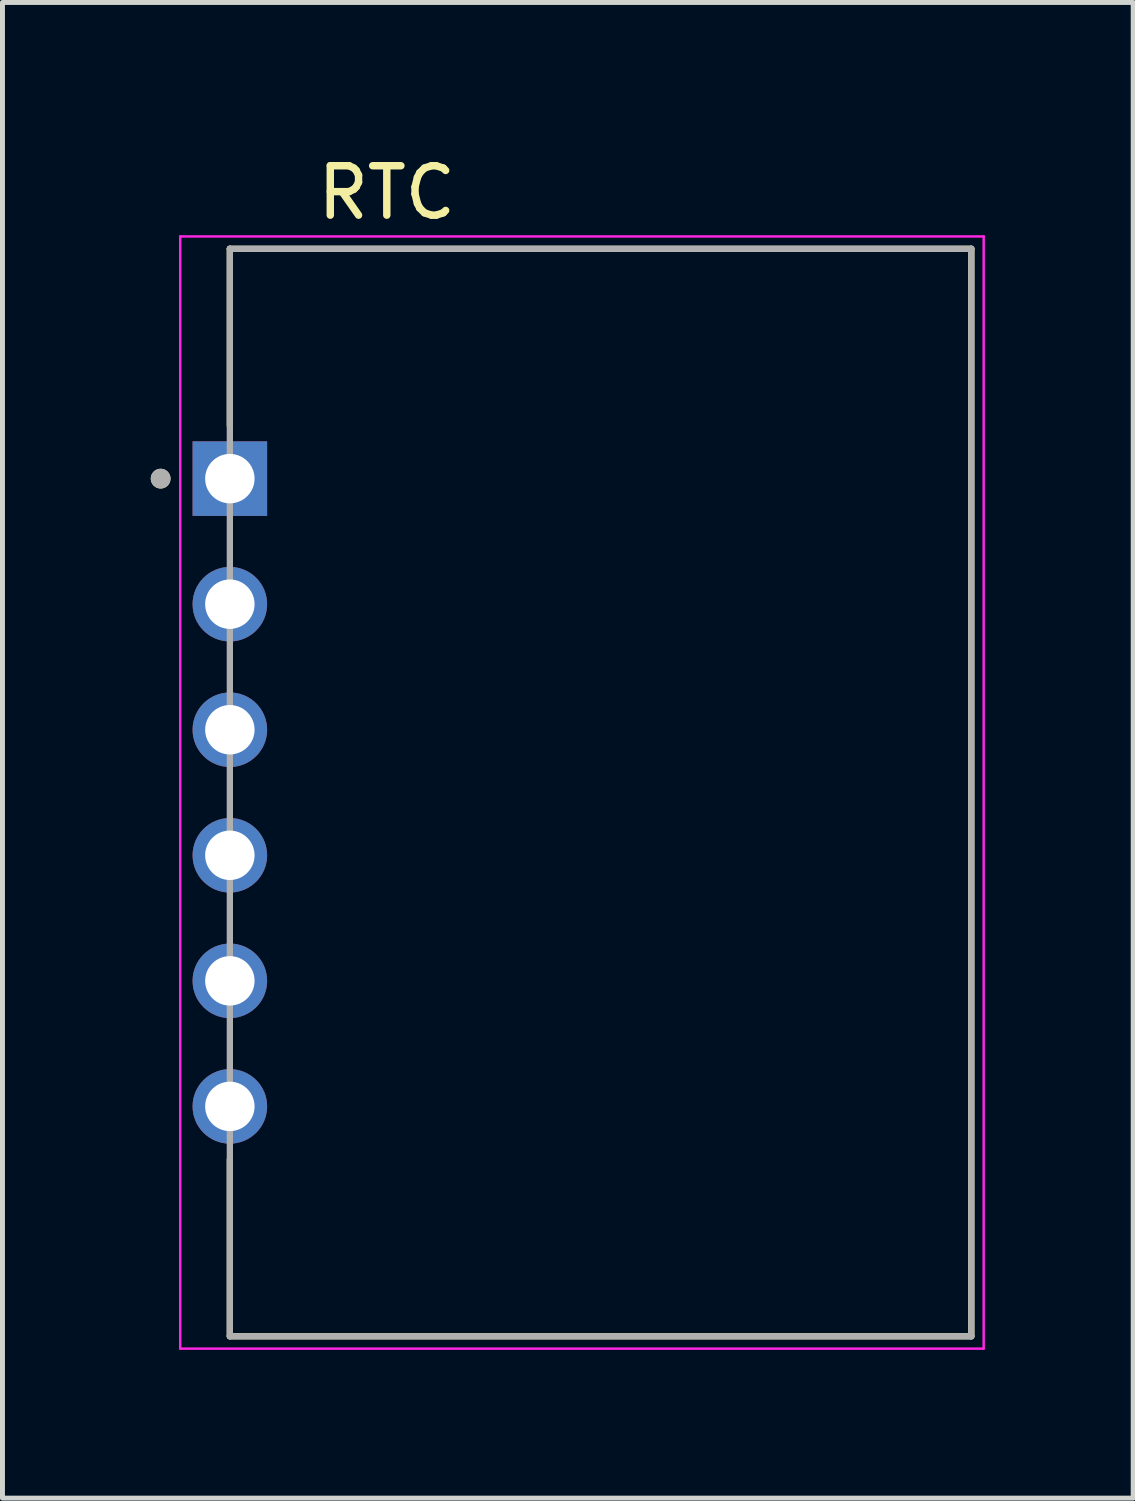
<source format=kicad_pcb>
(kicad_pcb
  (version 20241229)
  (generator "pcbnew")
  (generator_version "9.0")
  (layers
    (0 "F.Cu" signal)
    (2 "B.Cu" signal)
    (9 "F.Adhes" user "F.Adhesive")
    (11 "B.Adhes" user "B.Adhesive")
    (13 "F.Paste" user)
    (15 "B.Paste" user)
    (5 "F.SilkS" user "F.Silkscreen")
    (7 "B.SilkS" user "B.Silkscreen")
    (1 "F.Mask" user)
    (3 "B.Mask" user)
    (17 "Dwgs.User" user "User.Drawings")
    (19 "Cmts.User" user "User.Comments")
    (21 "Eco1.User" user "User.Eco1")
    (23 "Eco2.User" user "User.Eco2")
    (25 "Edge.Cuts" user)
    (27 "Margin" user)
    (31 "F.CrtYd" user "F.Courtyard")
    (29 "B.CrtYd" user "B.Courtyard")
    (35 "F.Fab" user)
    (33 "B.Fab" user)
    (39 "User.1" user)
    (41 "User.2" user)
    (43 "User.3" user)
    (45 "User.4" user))
  (footprint "RTC"
    (layer "F.Cu")
    (at 1.6 12.983)
    (property "Reference" "RTC" (at 3.175 -12.135 0) (layer "F.SilkS") (effects (font (size 1 1) (thickness 0.15))))
    (attr through_hole)
    (fp_line (start 0 -11) (end 15 -11) (stroke (width 0.127) (type solid)) (layer "F.SilkS"))
    (fp_line (start 0 -7.424) (end 0 -11) (stroke (width 0.127) (type solid)) (layer "F.SilkS"))
    (fp_line (start 0 11) (end 0 7.424) (stroke (width 0.127) (type solid)) (layer "F.SilkS"))
    (fp_line (start 15 -11) (end 15 11) (stroke (width 0.127) (type solid)) (layer "F.SilkS"))
    (fp_line (start 15 11) (end 0 11) (stroke (width 0.127) (type solid)) (layer "F.SilkS"))
    (fp_circle (center -1.4 -6.35) (end -1.3 -6.35) (stroke (width 0.2) (type solid)) (fill no) (layer "F.SilkS"))
    (fp_line (start -1.004 -11.25) (end 15.25 -11.25) (stroke (width 0.05) (type solid)) (layer "F.CrtYd"))
    (fp_line (start -1.004 11.25) (end -1.004 -11.25) (stroke (width 0.05) (type solid)) (layer "F.CrtYd"))
    (fp_line (start 15.25 -11.25) (end 15.25 11.25) (stroke (width 0.05) (type solid)) (layer "F.CrtYd"))
    (fp_line (start 15.25 11.25) (end -1.004 11.25) (stroke (width 0.05) (type solid)) (layer "F.CrtYd"))
    (fp_line (start 0 -11) (end 15 -11) (stroke (width 0.127) (type solid)) (layer "F.Fab"))
    (fp_line (start 0 11) (end 0 -11) (stroke (width 0.127) (type solid)) (layer "F.Fab"))
    (fp_line (start 15 -11) (end 15 11) (stroke (width 0.127) (type solid)) (layer "F.Fab"))
    (fp_line (start 15 11) (end 0 11) (stroke (width 0.127) (type solid)) (layer "F.Fab"))
    (fp_circle (center -1.4 -6.35) (end -1.3 -6.35) (stroke (width 0.2) (type solid)) (fill no) (layer "F.Fab"))
    (pad "1" thru_hole rect (at 0 -6.35) (size 1.508 1.508) (drill 1) (layers "*.Cu" "*.Mask"))
    (pad "2" thru_hole circle (at 0 -3.81) (size 1.508 1.508) (drill 1) (layers "*.Cu" "*.Mask"))
    (pad "3" thru_hole circle (at 0 -1.27) (size 1.508 1.508) (drill 1) (layers "*.Cu" "*.Mask"))
    (pad "4" thru_hole circle (at 0 1.27) (size 1.508 1.508) (drill 1) (layers "*.Cu" "*.Mask"))
    (pad "5" thru_hole circle (at 0 3.81) (size 1.508 1.508) (drill 1) (layers "*.Cu" "*.Mask"))
    (pad "6" thru_hole circle (at 0 6.35) (size 1.508 1.508) (drill 1) (layers "*.Cu" "*.Mask")))
  (gr_rect
    (start -3 -3)
    (end 19.875 27.258)
    (stroke (width 0.1) (type default))
    (fill no)
    (layer "Edge.Cuts")))
</source>
